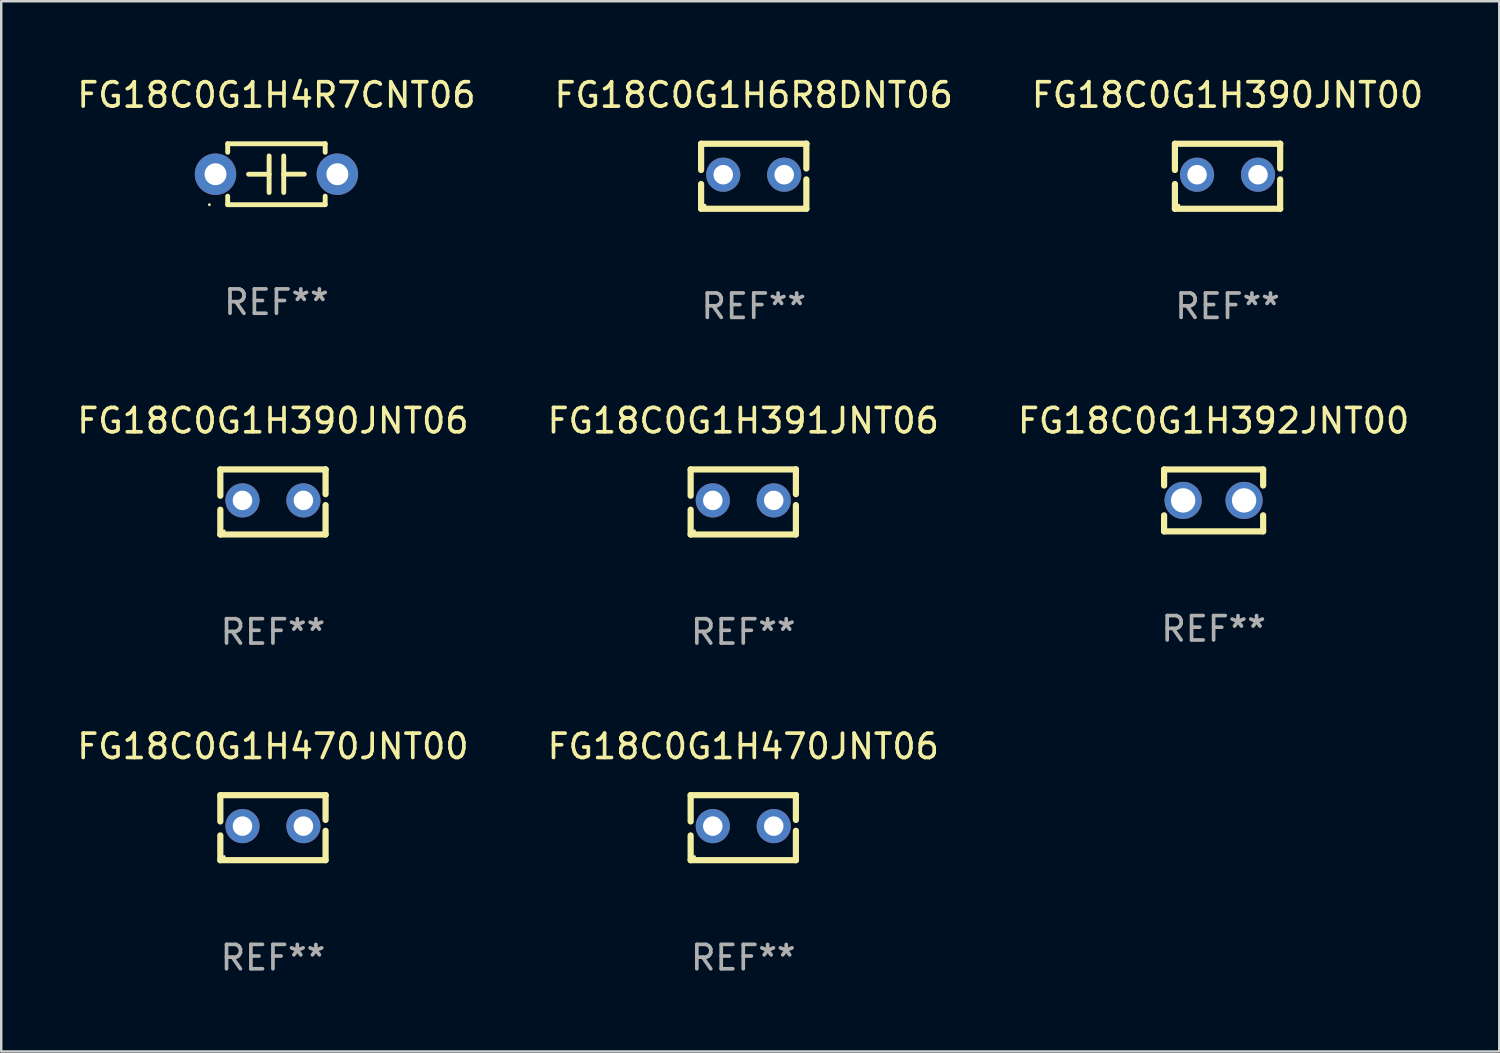
<source format=kicad_pcb>
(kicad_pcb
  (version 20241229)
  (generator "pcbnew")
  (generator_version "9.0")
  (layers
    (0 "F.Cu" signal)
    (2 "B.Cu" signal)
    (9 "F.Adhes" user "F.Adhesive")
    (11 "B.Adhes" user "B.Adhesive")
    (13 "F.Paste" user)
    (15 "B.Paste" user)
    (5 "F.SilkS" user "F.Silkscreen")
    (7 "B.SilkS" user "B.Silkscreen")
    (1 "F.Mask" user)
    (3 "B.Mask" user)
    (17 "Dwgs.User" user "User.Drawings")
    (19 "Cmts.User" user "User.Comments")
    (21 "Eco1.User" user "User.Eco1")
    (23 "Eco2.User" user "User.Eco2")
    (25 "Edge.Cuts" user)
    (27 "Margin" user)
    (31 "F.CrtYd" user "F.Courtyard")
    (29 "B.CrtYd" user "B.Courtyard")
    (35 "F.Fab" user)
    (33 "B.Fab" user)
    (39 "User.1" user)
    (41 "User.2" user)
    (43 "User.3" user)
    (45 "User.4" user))
  (footprint "FG18C0G1H6R8DNT06"
    (layer "F.Cu")
    (at 27.875 4.182)
    (property "Reference" "FG18C0G1H6R8DNT06" (at 0 -3.334 0) (layer "F.SilkS") (effects (font (size 1 1) (thickness 0.15))))
    (attr through_hole)
    (fp_line (start -2.159 -1.334) (end 2.159 -1.334) (stroke (width 0.254) (type solid)) (layer "F.SilkS"))
    (fp_line (start -2.159 -0.256) (end -2.159 -1.334) (stroke (width 0.254) (type solid)) (layer "F.SilkS"))
    (fp_line (start -2.159 1.334) (end -2.159 0.318) (stroke (width 0.254) (type solid)) (layer "F.SilkS"))
    (fp_line (start 2.159 -1.334) (end 2.159 -1.334) (stroke (width 0.254) (type solid)) (layer "F.SilkS"))
    (fp_line (start 2.159 -1.334) (end 2.159 -0.318) (stroke (width 0.254) (type solid)) (layer "F.SilkS"))
    (fp_line (start 2.159 0.129) (end 2.159 1.334) (stroke (width 0.254) (type solid)) (layer "F.SilkS"))
    (fp_line (start 2.159 1.334) (end -2.159 1.334) (stroke (width 0.254) (type solid)) (layer "F.SilkS"))
    (fp_circle (center -2 1.186) (end -1.97 1.186) (stroke (width 0.06) (type solid)) (fill no) (layer "F.SilkS"))
    (fp_text user "REF**" (at 0 5.334 0) (layer "F.Fab") (effects (font (size 1 1) (thickness 0.15))))
    (pad "1" thru_hole circle (at -1.25 -0.064) (size 1.4 1.4) (drill 0.8) (layers "*.Cu" "*.Mask"))
    (pad "2" thru_hole circle (at 1.25 -0.064) (size 1.4 1.4) (drill 0.8) (layers "*.Cu" "*.Mask")))
  (footprint "FG18C0G1H470JNT06"
    (layer "F.Cu")
    (at 27.446 30.909)
    (property "Reference" "FG18C0G1H470JNT06" (at 0 -3.334 0) (layer "F.SilkS") (effects (font (size 1 1) (thickness 0.15))))
    (attr through_hole)
    (fp_line (start -2.159 -1.334) (end 2.159 -1.334) (stroke (width 0.254) (type solid)) (layer "F.SilkS"))
    (fp_line (start -2.159 -0.256) (end -2.159 -1.334) (stroke (width 0.254) (type solid)) (layer "F.SilkS"))
    (fp_line (start -2.159 1.334) (end -2.159 0.318) (stroke (width 0.254) (type solid)) (layer "F.SilkS"))
    (fp_line (start 2.159 -1.334) (end 2.159 -1.334) (stroke (width 0.254) (type solid)) (layer "F.SilkS"))
    (fp_line (start 2.159 -1.334) (end 2.159 -0.318) (stroke (width 0.254) (type solid)) (layer "F.SilkS"))
    (fp_line (start 2.159 0.129) (end 2.159 1.334) (stroke (width 0.254) (type solid)) (layer "F.SilkS"))
    (fp_line (start 2.159 1.334) (end -2.159 1.334) (stroke (width 0.254) (type solid)) (layer "F.SilkS"))
    (fp_circle (center -2 1.186) (end -1.97 1.186) (stroke (width 0.06) (type solid)) (fill no) (layer "F.SilkS"))
    (fp_text user "REF**" (at 0 5.334 0) (layer "F.Fab") (effects (font (size 1 1) (thickness 0.15))))
    (pad "1" thru_hole circle (at -1.25 -0.064) (size 1.4 1.4) (drill 0.8) (layers "*.Cu" "*.Mask"))
    (pad "2" thru_hole circle (at 1.25 -0.064) (size 1.4 1.4) (drill 0.8) (layers "*.Cu" "*.Mask")))
  (footprint "FG18C0G1H390JNT06"
    (layer "F.Cu")
    (at 8.149 17.545)
    (property "Reference" "FG18C0G1H390JNT06" (at 0 -3.334 0) (layer "F.SilkS") (effects (font (size 1 1) (thickness 0.15))))
    (attr through_hole)
    (fp_line (start -2.159 -1.334) (end 2.159 -1.334) (stroke (width 0.254) (type solid)) (layer "F.SilkS"))
    (fp_line (start -2.159 -0.256) (end -2.159 -1.334) (stroke (width 0.254) (type solid)) (layer "F.SilkS"))
    (fp_line (start -2.159 1.334) (end -2.159 0.318) (stroke (width 0.254) (type solid)) (layer "F.SilkS"))
    (fp_line (start 2.159 -1.334) (end 2.159 -1.334) (stroke (width 0.254) (type solid)) (layer "F.SilkS"))
    (fp_line (start 2.159 -1.334) (end 2.159 -0.318) (stroke (width 0.254) (type solid)) (layer "F.SilkS"))
    (fp_line (start 2.159 0.129) (end 2.159 1.334) (stroke (width 0.254) (type solid)) (layer "F.SilkS"))
    (fp_line (start 2.159 1.334) (end -2.159 1.334) (stroke (width 0.254) (type solid)) (layer "F.SilkS"))
    (fp_circle (center -2 1.186) (end -1.97 1.186) (stroke (width 0.06) (type solid)) (fill no) (layer "F.SilkS"))
    (fp_text user "REF**" (at 0 5.334 0) (layer "F.Fab") (effects (font (size 1 1) (thickness 0.15))))
    (pad "1" thru_hole circle (at -1.25 -0.064) (size 1.4 1.4) (drill 0.8) (layers "*.Cu" "*.Mask"))
    (pad "2" thru_hole circle (at 1.25 -0.064) (size 1.4 1.4) (drill 0.8) (layers "*.Cu" "*.Mask")))
  (footprint "FG18C0G1H470JNT00"
    (layer "F.Cu")
    (at 8.149 30.909)
    (property "Reference" "FG18C0G1H470JNT00" (at 0 -3.334 0) (layer "F.SilkS") (effects (font (size 1 1) (thickness 0.15))))
    (attr through_hole)
    (fp_line (start -2.159 -1.334) (end 2.159 -1.334) (stroke (width 0.254) (type solid)) (layer "F.SilkS"))
    (fp_line (start -2.159 -0.256) (end -2.159 -1.334) (stroke (width 0.254) (type solid)) (layer "F.SilkS"))
    (fp_line (start -2.159 1.334) (end -2.159 0.318) (stroke (width 0.254) (type solid)) (layer "F.SilkS"))
    (fp_line (start 2.159 -1.334) (end 2.159 -1.334) (stroke (width 0.254) (type solid)) (layer "F.SilkS"))
    (fp_line (start 2.159 -1.334) (end 2.159 -0.318) (stroke (width 0.254) (type solid)) (layer "F.SilkS"))
    (fp_line (start 2.159 0.129) (end 2.159 1.334) (stroke (width 0.254) (type solid)) (layer "F.SilkS"))
    (fp_line (start 2.159 1.334) (end -2.159 1.334) (stroke (width 0.254) (type solid)) (layer "F.SilkS"))
    (fp_circle (center -2 1.186) (end -1.97 1.186) (stroke (width 0.06) (type solid)) (fill no) (layer "F.SilkS"))
    (fp_text user "REF**" (at 0 5.334 0) (layer "F.Fab") (effects (font (size 1 1) (thickness 0.15))))
    (pad "1" thru_hole circle (at -1.25 -0.064) (size 1.4 1.4) (drill 0.8) (layers "*.Cu" "*.Mask"))
    (pad "2" thru_hole circle (at 1.25 -0.064) (size 1.4 1.4) (drill 0.8) (layers "*.Cu" "*.Mask")))
  (footprint "FG18C0G1H392JNT00"
    (layer "F.Cu")
    (at 46.744 17.482)
    (property "Reference" "FG18C0G1H392JNT00" (at 0 -3.27 0) (layer "F.SilkS") (effects (font (size 1 1) (thickness 0.15))))
    (attr through_hole)
    (fp_line (start -2.032 -1.27) (end -2.032 -0.611) (stroke (width 0.254) (type solid)) (layer "F.SilkS"))
    (fp_line (start -2.032 0.611) (end -2.032 1.27) (stroke (width 0.254) (type solid)) (layer "F.SilkS"))
    (fp_line (start -2.032 1.27) (end 2.032 1.27) (stroke (width 0.254) (type solid)) (layer "F.SilkS"))
    (fp_line (start 2.032 -1.27) (end -2.032 -1.27) (stroke (width 0.254) (type solid)) (layer "F.SilkS"))
    (fp_line (start 2.032 -0.611) (end 2.032 -1.27) (stroke (width 0.254) (type solid)) (layer "F.SilkS"))
    (fp_line (start 2.032 1.27) (end 2.032 0.611) (stroke (width 0.254) (type solid)) (layer "F.SilkS"))
    (fp_circle (center -2 1.25) (end -1.97 1.25) (stroke (width 0.06) (type solid)) (fill no) (layer "F.SilkS"))
    (fp_text user "REF**" (at 0 5.27 0) (layer "F.Fab") (effects (font (size 1 1) (thickness 0.15))))
    (pad "1" thru_hole circle (at -1.25 0) (size 1.524 1.524) (drill 1) (layers "*.Cu" "*.Mask"))
    (pad "2" thru_hole circle (at 1.25 0) (size 1.524 1.524) (drill 1) (layers "*.Cu" "*.Mask")))
  (footprint "FG18C0G1H4R7CNT06"
    (layer "F.Cu")
    (at 8.292 4.098)
    (property "Reference" "FG18C0G1H4R7CNT06" (at 0 -3.25 0) (layer "F.SilkS") (effects (font (size 1 1) (thickness 0.15))))
    (attr through_hole)
    (fp_line (start -2 -1.25) (end -2 -0.901) (stroke (width 0.2) (type solid)) (layer "F.SilkS"))
    (fp_line (start -2 -1.25) (end 2 -1.25) (stroke (width 0.2) (type solid)) (layer "F.SilkS"))
    (fp_line (start -2 0.901) (end -2 1.25) (stroke (width 0.2) (type solid)) (layer "F.SilkS"))
    (fp_line (start -0.3 -0.75) (end -0.3 0.75) (stroke (width 0.2) (type solid)) (layer "F.SilkS"))
    (fp_line (start -0.3 0.001) (end -1.143 0.001) (stroke (width 0.2) (type solid)) (layer "F.SilkS"))
    (fp_line (start 0.3 -0.001) (end 1.143 -0.001) (stroke (width 0.2) (type solid)) (layer "F.SilkS"))
    (fp_line (start 0.3 0.75) (end 0.3 -0.75) (stroke (width 0.2) (type solid)) (layer "F.SilkS"))
    (fp_line (start 2 -1.25) (end 2 -0.901) (stroke (width 0.2) (type solid)) (layer "F.SilkS"))
    (fp_line (start 2 0.901) (end 2 1.25) (stroke (width 0.2) (type solid)) (layer "F.SilkS"))
    (fp_line (start 2 1.25) (end -2 1.25) (stroke (width 0.2) (type solid)) (layer "F.SilkS"))
    (fp_circle (center -2.75 1.25) (end -2.72 1.25) (stroke (width 0.06) (type solid)) (fill no) (layer "F.SilkS"))
    (fp_text user "REF**" (at 0 5.25 0) (layer "F.Fab") (effects (font (size 1 1) (thickness 0.15))))
    (pad "1" thru_hole circle (at -2.5 0) (size 1.7 1.7) (drill 0.9) (layers "*.Cu" "*.Mask"))
    (pad "2" thru_hole circle (at 2.5 0) (size 1.7 1.7) (drill 0.9) (layers "*.Cu" "*.Mask")))
  (footprint "FG18C0G1H390JNT00"
    (layer "F.Cu")
    (at 47.315 4.182)
    (property "Reference" "FG18C0G1H390JNT00" (at 0 -3.334 0) (layer "F.SilkS") (effects (font (size 1 1) (thickness 0.15))))
    (attr through_hole)
    (fp_line (start -2.159 -1.334) (end 2.159 -1.334) (stroke (width 0.254) (type solid)) (layer "F.SilkS"))
    (fp_line (start -2.159 -0.256) (end -2.159 -1.334) (stroke (width 0.254) (type solid)) (layer "F.SilkS"))
    (fp_line (start -2.159 1.334) (end -2.159 0.318) (stroke (width 0.254) (type solid)) (layer "F.SilkS"))
    (fp_line (start 2.159 -1.334) (end 2.159 -1.334) (stroke (width 0.254) (type solid)) (layer "F.SilkS"))
    (fp_line (start 2.159 -1.334) (end 2.159 -0.318) (stroke (width 0.254) (type solid)) (layer "F.SilkS"))
    (fp_line (start 2.159 0.129) (end 2.159 1.334) (stroke (width 0.254) (type solid)) (layer "F.SilkS"))
    (fp_line (start 2.159 1.334) (end -2.159 1.334) (stroke (width 0.254) (type solid)) (layer "F.SilkS"))
    (fp_circle (center -2 1.186) (end -1.97 1.186) (stroke (width 0.06) (type solid)) (fill no) (layer "F.SilkS"))
    (fp_text user "REF**" (at 0 5.334 0) (layer "F.Fab") (effects (font (size 1 1) (thickness 0.15))))
    (pad "1" thru_hole circle (at -1.25 -0.064) (size 1.4 1.4) (drill 0.8) (layers "*.Cu" "*.Mask"))
    (pad "2" thru_hole circle (at 1.25 -0.064) (size 1.4 1.4) (drill 0.8) (layers "*.Cu" "*.Mask")))
  (footprint "FG18C0G1H391JNT06"
    (layer "F.Cu")
    (at 27.446 17.545)
    (property "Reference" "FG18C0G1H391JNT06" (at 0 -3.334 0) (layer "F.SilkS") (effects (font (size 1 1) (thickness 0.15))))
    (attr through_hole)
    (fp_line (start -2.159 -1.334) (end 2.159 -1.334) (stroke (width 0.254) (type solid)) (layer "F.SilkS"))
    (fp_line (start -2.159 -0.256) (end -2.159 -1.334) (stroke (width 0.254) (type solid)) (layer "F.SilkS"))
    (fp_line (start -2.159 1.334) (end -2.159 0.318) (stroke (width 0.254) (type solid)) (layer "F.SilkS"))
    (fp_line (start 2.159 -1.334) (end 2.159 -1.334) (stroke (width 0.254) (type solid)) (layer "F.SilkS"))
    (fp_line (start 2.159 -1.334) (end 2.159 -0.318) (stroke (width 0.254) (type solid)) (layer "F.SilkS"))
    (fp_line (start 2.159 0.129) (end 2.159 1.334) (stroke (width 0.254) (type solid)) (layer "F.SilkS"))
    (fp_line (start 2.159 1.334) (end -2.159 1.334) (stroke (width 0.254) (type solid)) (layer "F.SilkS"))
    (fp_circle (center -2 1.186) (end -1.97 1.186) (stroke (width 0.06) (type solid)) (fill no) (layer "F.SilkS"))
    (fp_text user "REF**" (at 0 5.334 0) (layer "F.Fab") (effects (font (size 1 1) (thickness 0.15))))
    (pad "1" thru_hole circle (at -1.25 -0.064) (size 1.4 1.4) (drill 0.8) (layers "*.Cu" "*.Mask"))
    (pad "2" thru_hole circle (at 1.25 -0.064) (size 1.4 1.4) (drill 0.8) (layers "*.Cu" "*.Mask")))
  (gr_rect
    (start -3 -3)
    (end 58.464 40.091)
    (stroke (width 0.1) (type default))
    (fill no)
    (layer "Edge.Cuts")))
</source>
